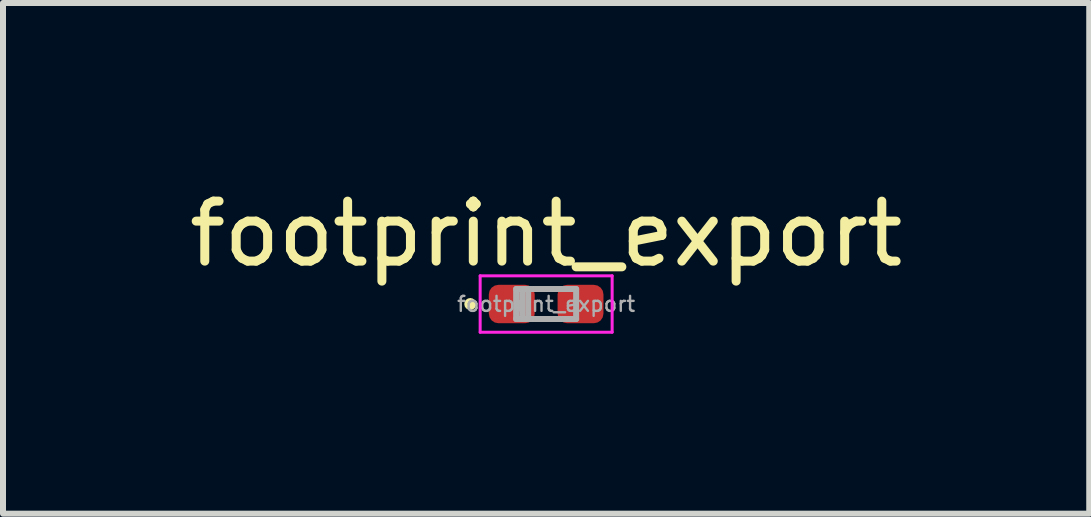
<source format=kicad_pcb>
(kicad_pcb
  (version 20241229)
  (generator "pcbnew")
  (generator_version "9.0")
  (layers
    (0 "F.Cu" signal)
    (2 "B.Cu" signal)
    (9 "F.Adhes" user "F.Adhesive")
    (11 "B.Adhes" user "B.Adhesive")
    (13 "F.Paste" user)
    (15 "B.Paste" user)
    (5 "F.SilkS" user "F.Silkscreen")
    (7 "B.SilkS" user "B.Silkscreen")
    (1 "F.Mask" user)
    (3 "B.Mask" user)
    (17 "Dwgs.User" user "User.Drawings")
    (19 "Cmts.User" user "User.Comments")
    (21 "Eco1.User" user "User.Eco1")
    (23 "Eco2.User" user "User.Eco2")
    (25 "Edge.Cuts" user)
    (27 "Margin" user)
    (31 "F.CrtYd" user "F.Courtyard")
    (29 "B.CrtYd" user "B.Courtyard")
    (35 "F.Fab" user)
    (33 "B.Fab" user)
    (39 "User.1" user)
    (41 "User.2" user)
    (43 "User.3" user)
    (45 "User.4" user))
  (footprint "footprint_export"
    (layer "F.Cu")
    (at 6.054 2.018)
    (property "Reference" "footprint_export" (at 0 -1.17 0) (layer "F.SilkS") (effects (font (size 1 1) (thickness 0.15))))
    (attr smd)
    (fp_circle (center -1.265 0) (end -1.215 0) (stroke (width 0.1) (type solid)) (fill no) (layer "F.SilkS"))
    (fp_line (start -1.1 -0.47) (end 1.1 -0.47) (stroke (width 0.05) (type solid)) (layer "F.CrtYd"))
    (fp_line (start -1.1 0.47) (end -1.1 -0.47) (stroke (width 0.05) (type solid)) (layer "F.CrtYd"))
    (fp_line (start 1.1 -0.47) (end 1.1 0.47) (stroke (width 0.05) (type solid)) (layer "F.CrtYd"))
    (fp_line (start 1.1 0.47) (end -1.1 0.47) (stroke (width 0.05) (type solid)) (layer "F.CrtYd"))
    (fp_line (start -0.5 -0.25) (end 0.5 -0.25) (stroke (width 0.1) (type solid)) (layer "F.Fab"))
    (fp_line (start -0.5 0.25) (end -0.5 -0.25) (stroke (width 0.1) (type solid)) (layer "F.Fab"))
    (fp_line (start -0.4 0.25) (end -0.4 -0.25) (stroke (width 0.1) (type solid)) (layer "F.Fab"))
    (fp_line (start -0.3 0.25) (end -0.3 -0.25) (stroke (width 0.1) (type solid)) (layer "F.Fab"))
    (fp_line (start 0.5 -0.25) (end 0.5 0.25) (stroke (width 0.1) (type solid)) (layer "F.Fab"))
    (fp_line (start 0.5 0.25) (end -0.5 0.25) (stroke (width 0.1) (type solid)) (layer "F.Fab"))
    (fp_text user "${REFERENCE}" (at 0 0 0) (layer "F.Fab") (effects (font (size 0.25 0.25) (thickness 0.04))))
    (pad "1" smd roundrect (at -0.573 0) (size 0.765 0.64) (layers "F.Cu" "F.Mask" "F.Paste") (roundrect_rratio 0.25))
    (pad "2" smd roundrect (at 0.573 0) (size 0.765 0.64) (layers "F.Cu" "F.Mask" "F.Paste") (roundrect_rratio 0.25)))
  (gr_rect
    (start -3 -3)
    (end 15.107 5.513)
    (stroke (width 0.1) (type default))
    (fill no)
    (layer "Edge.Cuts")))
</source>
